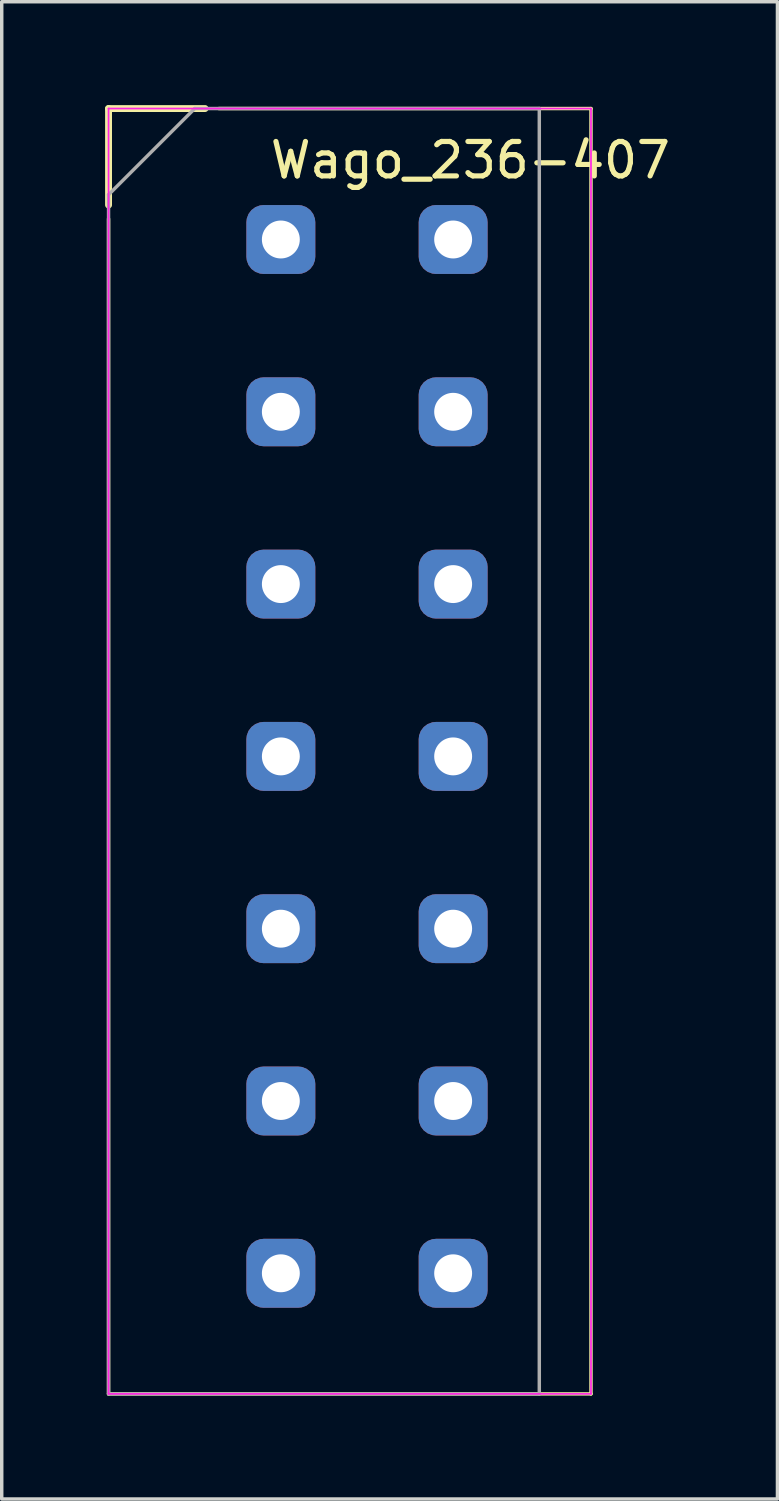
<source format=kicad_pcb>
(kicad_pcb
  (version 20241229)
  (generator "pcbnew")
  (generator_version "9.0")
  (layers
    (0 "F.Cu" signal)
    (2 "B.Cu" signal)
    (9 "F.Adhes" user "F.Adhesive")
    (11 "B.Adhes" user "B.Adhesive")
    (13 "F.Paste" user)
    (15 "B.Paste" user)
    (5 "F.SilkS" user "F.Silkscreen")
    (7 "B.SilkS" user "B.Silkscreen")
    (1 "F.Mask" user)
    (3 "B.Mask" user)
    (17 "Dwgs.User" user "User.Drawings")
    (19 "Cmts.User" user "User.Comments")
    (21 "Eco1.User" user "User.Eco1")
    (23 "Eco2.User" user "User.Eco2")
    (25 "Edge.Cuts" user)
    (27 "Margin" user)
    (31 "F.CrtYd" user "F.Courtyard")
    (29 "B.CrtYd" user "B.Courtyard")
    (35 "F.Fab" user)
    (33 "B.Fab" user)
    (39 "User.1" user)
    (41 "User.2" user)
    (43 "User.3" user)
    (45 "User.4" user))
  (footprint "Wago_236-407"
    (layer "F.Cu")
    (at 7.6 3.9)
    (property "Reference" "Wago_236-407" (at 3 -2.3 180) (layer "F.SilkS") (effects (font (size 1 1) (thickness 0.15))))
    (attr through_hole)
    (fp_line (start -7.5 -3.8) (end -7.5 -1) (stroke (width 0.2) (type solid)) (layer "F.SilkS"))
    (fp_line (start -7.5 -3.8) (end -4.7 -3.8) (stroke (width 0.2) (type solid)) (layer "F.SilkS"))
    (fp_line (start -7.5 33.5) (end -7.5 -0.6) (stroke (width 0.1) (type solid)) (layer "F.SilkS"))
    (fp_line (start -4.3 -3.8) (end 6.5 -3.8) (stroke (width 0.1) (type solid)) (layer "F.SilkS"))
    (fp_line (start 6.5 -3.8) (end 6.5 33.5) (stroke (width 0.1) (type solid)) (layer "F.SilkS"))
    (fp_line (start 6.5 33.5) (end -7.5 33.5) (stroke (width 0.1) (type solid)) (layer "F.SilkS"))
    (fp_line (start -7.5 -3.8) (end 6.5 -3.8) (stroke (width 0.05) (type solid)) (layer "F.CrtYd"))
    (fp_line (start -7.5 33.5) (end -7.5 -3.8) (stroke (width 0.05) (type solid)) (layer "F.CrtYd"))
    (fp_line (start 6.5 -3.8) (end 6.5 33.5) (stroke (width 0.05) (type solid)) (layer "F.CrtYd"))
    (fp_line (start 6.5 33.5) (end -7.5 33.5) (stroke (width 0.05) (type solid)) (layer "F.CrtYd"))
    (fp_line (start -7.5 -1.3) (end -5 -3.8) (stroke (width 0.1) (type solid)) (layer "F.Fab"))
    (fp_line (start -7.5 33.5) (end -7.5 -1.3) (stroke (width 0.1) (type solid)) (layer "F.Fab"))
    (fp_line (start -5 -3.8) (end 5 -3.8) (stroke (width 0.1) (type solid)) (layer "F.Fab"))
    (fp_line (start 5 -3.8) (end 5 33.5) (stroke (width 0.1) (type solid)) (layer "F.Fab"))
    (fp_line (start 5 33.5) (end -7.5 33.5) (stroke (width 0.1) (type solid)) (layer "F.Fab"))
    (pad "1" thru_hole roundrect (at -2.5 0) (size 2 2) (drill 1.1) (layers "*.Cu" "*.Mask") (roundrect_rratio 0.25))
    (pad "1" thru_hole roundrect (at 2.5 0) (size 2 2) (drill 1.1) (layers "*.Cu" "*.Mask") (roundrect_rratio 0.25))
    (pad "2" thru_hole roundrect (at -2.5 5) (size 2 2) (drill 1.1) (layers "*.Cu" "*.Mask") (roundrect_rratio 0.25))
    (pad "2" thru_hole roundrect (at 2.5 5) (size 2 2) (drill 1.1) (layers "*.Cu" "*.Mask") (roundrect_rratio 0.25))
    (pad "3" thru_hole roundrect (at -2.5 10) (size 2 2) (drill 1.1) (layers "*.Cu" "*.Mask") (roundrect_rratio 0.25))
    (pad "3" thru_hole roundrect (at 2.5 10) (size 2 2) (drill 1.1) (layers "*.Cu" "*.Mask") (roundrect_rratio 0.25))
    (pad "4" thru_hole roundrect (at -2.5 15) (size 2 2) (drill 1.1) (layers "*.Cu" "*.Mask") (roundrect_rratio 0.25))
    (pad "4" thru_hole roundrect (at 2.5 15) (size 2 2) (drill 1.1) (layers "*.Cu" "*.Mask") (roundrect_rratio 0.25))
    (pad "5" thru_hole roundrect (at -2.5 20) (size 2 2) (drill 1.1) (layers "*.Cu" "*.Mask") (roundrect_rratio 0.25))
    (pad "5" thru_hole roundrect (at 2.5 20) (size 2 2) (drill 1.1) (layers "*.Cu" "*.Mask") (roundrect_rratio 0.25))
    (pad "6" thru_hole roundrect (at -2.5 25) (size 2 2) (drill 1.1) (layers "*.Cu" "*.Mask") (roundrect_rratio 0.25))
    (pad "6" thru_hole roundrect (at 2.5 25) (size 2 2) (drill 1.1) (layers "*.Cu" "*.Mask") (roundrect_rratio 0.25))
    (pad "7" thru_hole roundrect (at -2.5 30) (size 2 2) (drill 1.1) (layers "*.Cu" "*.Mask") (roundrect_rratio 0.25))
    (pad "7" thru_hole roundrect (at 2.5 30) (size 2 2) (drill 1.1) (layers "*.Cu" "*.Mask") (roundrect_rratio 0.25)))
  (gr_rect
    (start -3 -3)
    (end 19.511 40.45)
    (stroke (width 0.1) (type default))
    (fill no)
    (layer "Edge.Cuts")))
</source>
